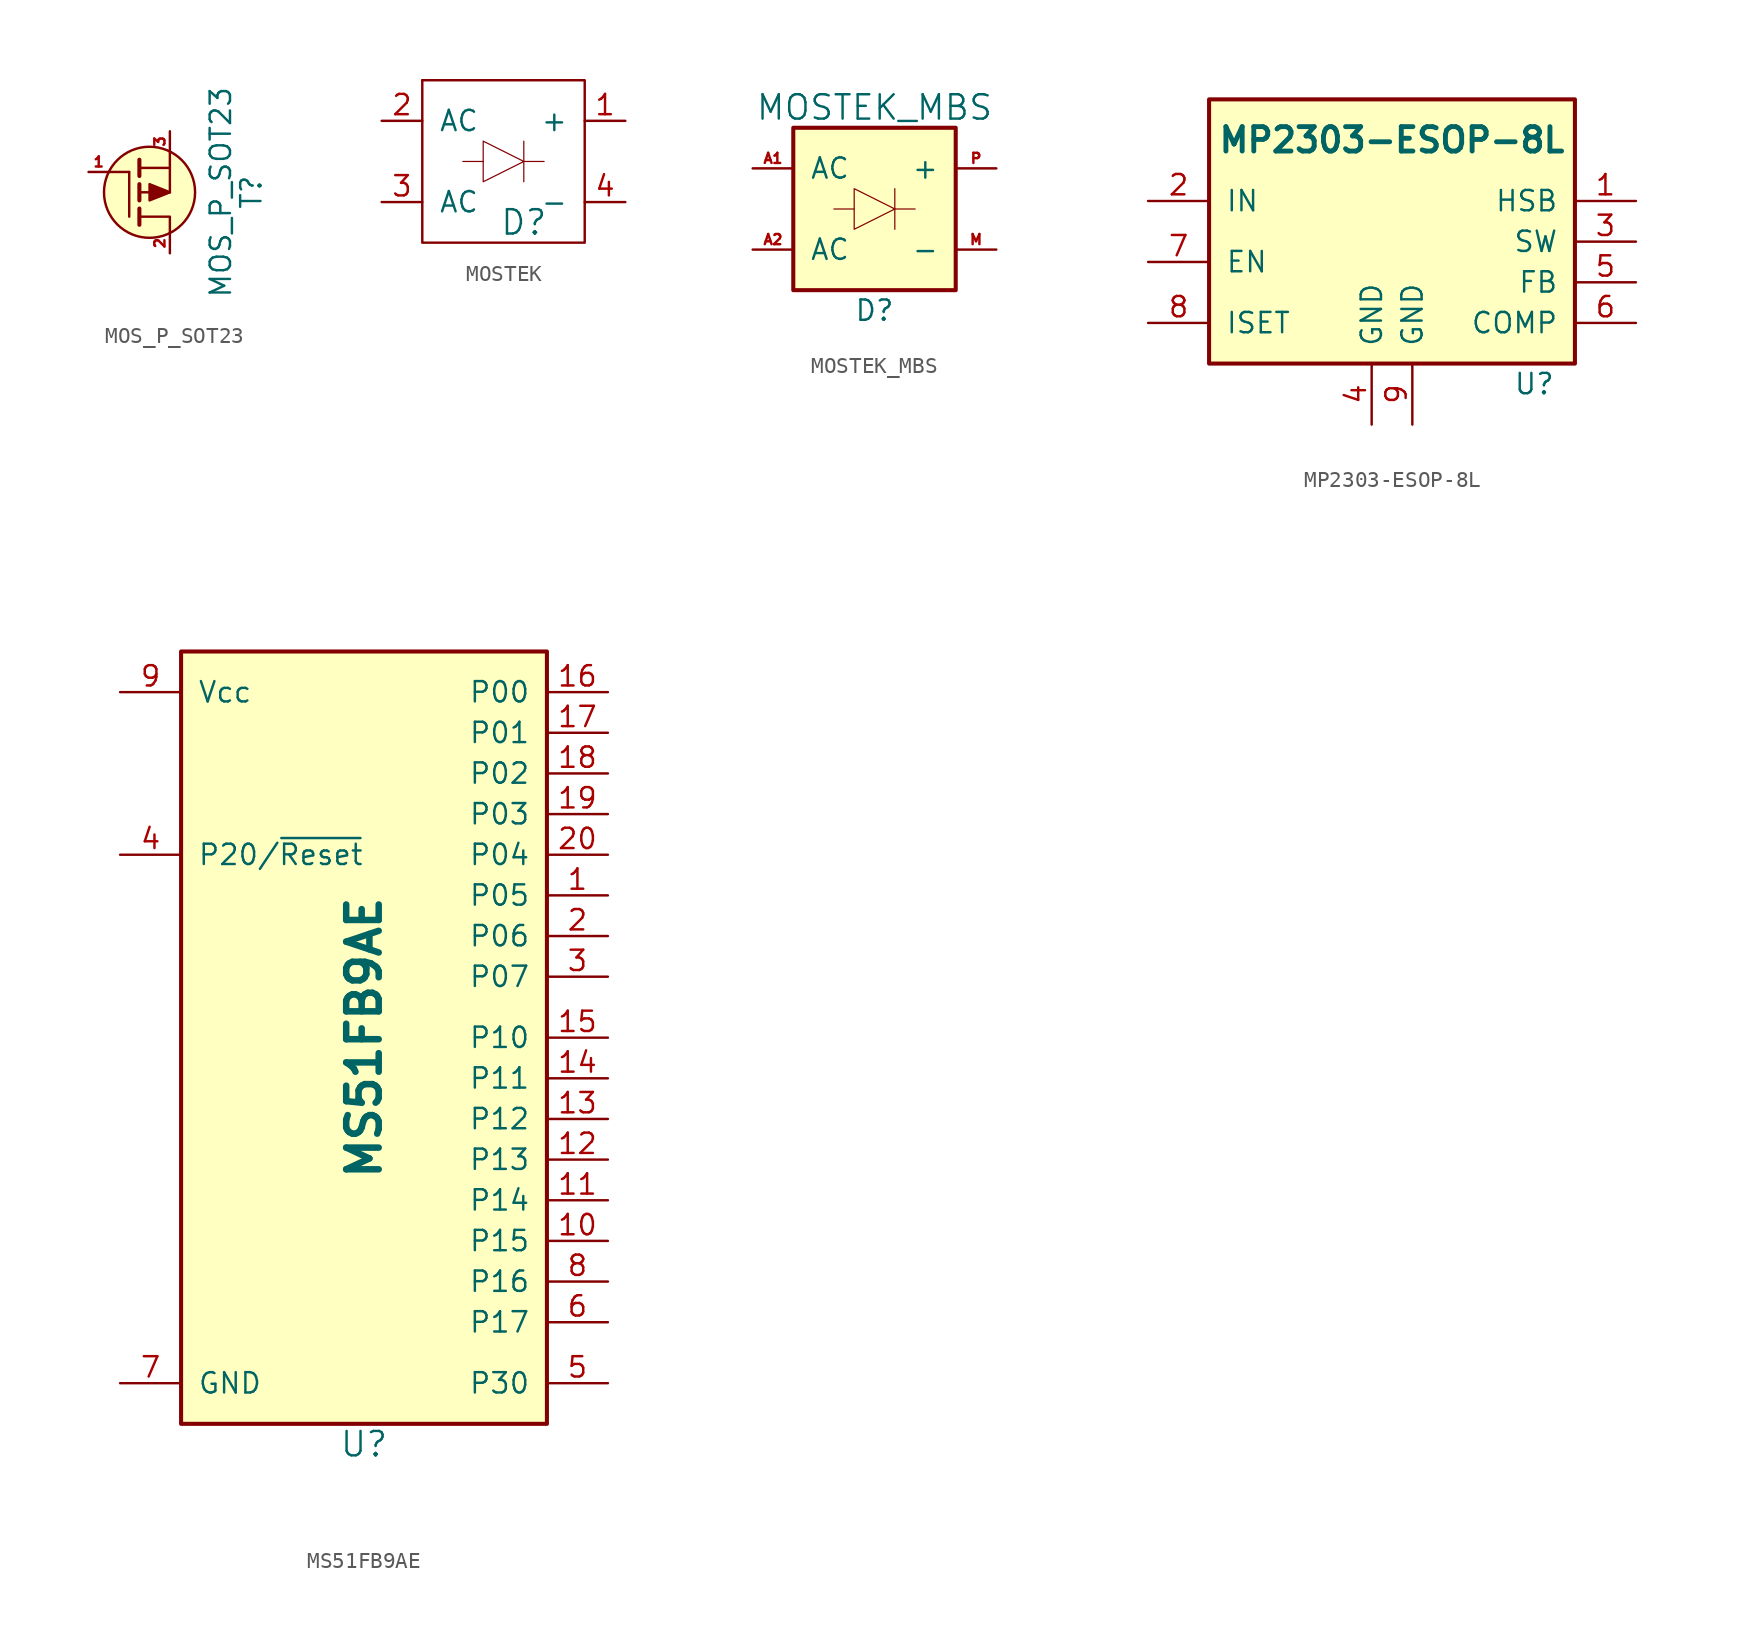
<source format=kicad_sym>
(kicad_symbol_lib
  (version 20231120)
  (generator "kicad_symbol_editor")
  (generator_version "8.0")
  (symbol "MOS_P_SOT23"
    (pin_names
      (offset 0) hide)
    (property "Reference" "T"
      (at 6.35 0 90)
      (effects (font (size 1.27 1.27))))
    (property "Value" "MOS_P_SOT23"
      (at 4.445 0 90)
      (effects (font (size 1.27 1.27))))
    (property "Datasheet" ""
      (at 0 0 0)
      (effects (font (size 1.524 1.524))))
    (symbol "MOS_P_SOT23_0_1"
      (polyline (pts (xy -1.27 -1.524) (xy -1.27 1.27)) (stroke (width 0) (type default)) (fill (type none)))
      (polyline (pts (xy -1.27 1.27) (xy -2.54 1.27)) (stroke (width 0) (type default)) (fill (type none)))
      (polyline (pts (xy -0.635 -1.016) (xy -0.635 -2.032)) (stroke (width 0.254) (type default)) (fill (type none)))
      (polyline (pts (xy -0.635 0.508) (xy -0.635 -0.508)) (stroke (width 0.254) (type default)) (fill (type none)))
      (polyline (pts (xy -0.635 1.016) (xy -0.635 2.032)) (stroke (width 0.254) (type default)) (fill (type none)))
      (polyline (pts (xy -0.508 0) (xy 0.254 0)) (stroke (width 0) (type default)) (fill (type none)))
      (polyline (pts (xy 0.635 0) (xy 1.27 0)) (stroke (width 0) (type default)) (fill (type none)))
      (polyline (pts (xy 1.27 1.524) (xy 1.27 0)) (stroke (width 0) (type default)) (fill (type none)))
      (polyline (pts (xy -0.635 -1.524) (xy 1.27 -1.524) (xy 1.27 -2.54)) (stroke (width 0) (type default)) (fill (type none)))
      (polyline (pts (xy 1.27 2.54) (xy 1.27 1.524) (xy -0.635 1.524)) (stroke (width 0) (type default)) (fill (type none)))
      (polyline (pts (xy 1.27 0) (xy 0 0.508) (xy 0 -0.508) (xy 1.27 0)) (stroke (width 0) (type default)) (fill (type outline)))
      (circle (center 0 0) (radius 2.845) (stroke (width 0) (type default)) (fill (type background))))
    (symbol "MOS_P_SOT23_1_1"
      (pin input line (at -3.81 1.27 0) (length 1.27) (name "~" (effects (font (size 0.635 0.635)))) (number "1" (effects (font (size 0.635 0.635)))))
      (pin passive line (at 1.27 -3.81 90) (length 1.27) (name "~" (effects (font (size 0.635 0.635)))) (number "2" (effects (font (size 0.635 0.635)))))
      (pin passive line (at 1.27 3.81 270) (length 1.27) (name "~" (effects (font (size 0.635 0.635)))) (number "3" (effects (font (size 0.635 0.635)))))))
  (symbol "MOSTEK"
    (pin_names
      (offset 1.016))
    (property "Reference" "D"
      (at 1.27 -3.81 0)
      (effects (font (size 1.524 1.524))))
    (property "Footprint" ""
      (at 0 0 0)
      (effects (font (size 1.524 1.524))))
    (property "Datasheet" ""
      (at 0 0 0)
      (effects (font (size 1.524 1.524))))
    (symbol "MOSTEK_0_1"
      (rectangle (start -5.08 5.08) (end -5.08 5.08) (stroke (width 0) (type default)) (fill (type none)))
      (rectangle (start -5.08 5.08) (end 5.08 -5.08) (stroke (width 0) (type default)) (fill (type none)))
      (polyline (pts (xy -1.27 0) (xy -2.54 0) (xy -2.54 0)) (stroke (width 0.076) (type default)) (fill (type none)))
      (polyline (pts (xy 1.27 0) (xy 2.54 0) (xy 2.54 0)) (stroke (width 0.076) (type default)) (fill (type none)))
      (polyline (pts (xy 1.27 1.27) (xy 1.27 -1.27) (xy 1.27 -1.27)) (stroke (width 0.076) (type default)) (fill (type none)))
      (polyline (pts (xy -1.27 1.27) (xy -1.27 -1.27) (xy 1.27 0) (xy -1.27 1.27) (xy -1.27 1.27)) (stroke (width 0.076) (type default)) (fill (type none))))
    (symbol "MOSTEK_1_1"
      (pin passive line (at 7.62 2.54 180) (length 2.54) (name "+" (effects (font (size 1.27 1.27)))) (number "1" (effects (font (size 1.27 1.27)))))
      (pin passive line (at -7.62 2.54 0) (length 2.54) (name "AC" (effects (font (size 1.27 1.27)))) (number "2" (effects (font (size 1.27 1.27)))))
      (pin passive line (at -7.62 -2.54 0) (length 2.54) (name "AC" (effects (font (size 1.27 1.27)))) (number "3" (effects (font (size 1.27 1.27)))))
      (pin passive line (at 7.62 -2.54 180) (length 2.54) (name "-" (effects (font (size 1.27 1.27)))) (number "4" (effects (font (size 1.27 1.27)))))))
  (symbol "MOSTEK_MBS"
    (pin_names
      (offset 1.016))
    (property "Reference" "D"
      (at 0 -6.35 0)
      (effects (font (size 1.27 1.27))))
    (property "Value" "MOSTEK_MBS"
      (at 0 6.35 0)
      (effects (font (size 1.524 1.524))))
    (property "Datasheet" ""
      (at 0 0 0)
      (effects (font (size 1.524 1.524))))
    (symbol "MOSTEK_MBS_0_1"
      (rectangle (start -5.08 5.08) (end -5.08 5.08) (stroke (width 0) (type default)) (fill (type none)))
      (rectangle (start -5.08 5.08) (end 5.08 -5.08) (stroke (width 0.254) (type default)) (fill (type background)))
      (polyline (pts (xy -1.27 0) (xy -2.54 0) (xy -2.54 0)) (stroke (width 0.076) (type default)) (fill (type none)))
      (polyline (pts (xy 1.27 0) (xy 2.54 0) (xy 2.54 0)) (stroke (width 0.076) (type default)) (fill (type none)))
      (polyline (pts (xy 1.27 1.27) (xy 1.27 -1.27) (xy 1.27 -1.27)) (stroke (width 0.076) (type default)) (fill (type none)))
      (polyline (pts (xy -1.27 1.27) (xy -1.27 -1.27) (xy 1.27 0) (xy -1.27 1.27) (xy -1.27 1.27)) (stroke (width 0.076) (type default)) (fill (type none))))
    (symbol "MOSTEK_MBS_1_1"
      (pin passive line (at -7.62 2.54 0) (length 2.54) (name "AC" (effects (font (size 1.27 1.27)))) (number "A1" (effects (font (size 0.635 0.635)))))
      (pin passive line (at -7.62 -2.54 0) (length 2.54) (name "AC" (effects (font (size 1.27 1.27)))) (number "A2" (effects (font (size 0.635 0.635)))))
      (pin passive line (at 7.62 -2.54 180) (length 2.54) (name "-" (effects (font (size 1.27 1.27)))) (number "M" (effects (font (size 0.635 0.635)))))
      (pin passive line (at 7.62 2.54 180) (length 2.54) (name "+" (effects (font (size 1.27 1.27)))) (number "P" (effects (font (size 0.635 0.635)))))))
  (symbol "MP2303-ESOP-8L"
    (pin_names
      (offset 1.016))
    (property "Reference" "U"
      (at 8.89 -11.43 0)
      (effects (font (size 1.27 1.27))))
    (property "Value" "MP2303-ESOP-8L"
      (at 0 3.81 0)
      (effects (font (size 1.524 1.524) (bold yes))))
    (symbol "MP2303-ESOP-8L_0_1"
      (rectangle (start -11.43 -10.16) (end 11.43 6.35) (stroke (width 0.254) (type default)) (fill (type background))))
    (symbol "MP2303-ESOP-8L_1_1"
      (pin input line (at 15.24 0 180) (length 3.81) (name "HSB" (effects (font (size 1.27 1.27)))) (number "1" (effects (font (size 1.27 1.27)))))
      (pin input line (at -15.24 0 0) (length 3.81) (name "IN" (effects (font (size 1.27 1.27)))) (number "2" (effects (font (size 1.27 1.27)))))
      (pin input line (at 15.24 -2.54 180) (length 3.81) (name "SW" (effects (font (size 1.27 1.27)))) (number "3" (effects (font (size 1.27 1.27)))))
      (pin input line (at -1.27 -13.97 90) (length 3.81) (name "GND" (effects (font (size 1.27 1.27)))) (number "4" (effects (font (size 1.27 1.27)))))
      (pin input line (at 15.24 -5.08 180) (length 3.81) (name "FB" (effects (font (size 1.27 1.27)))) (number "5" (effects (font (size 1.27 1.27)))))
      (pin input line (at 15.24 -7.62 180) (length 3.81) (name "COMP" (effects (font (size 1.27 1.27)))) (number "6" (effects (font (size 1.27 1.27)))))
      (pin input line (at -15.24 -3.81 0) (length 3.81) (name "EN" (effects (font (size 1.27 1.27)))) (number "7" (effects (font (size 1.27 1.27)))))
      (pin input line (at -15.24 -7.62 0) (length 3.81) (name "ISET" (effects (font (size 1.27 1.27)))) (number "8" (effects (font (size 1.27 1.27)))))
      (pin input line (at 1.27 -13.97 90) (length 3.81) (name "GND" (effects (font (size 1.27 1.27)))) (number "9" (effects (font (size 1.27 1.27)))))))
  (symbol "MS51FB9AE"
    (pin_names
      (offset 1.016))
    (property "Reference" "U"
      (at 0 -25.4 0)
      (effects (font (size 1.524 1.524))))
    (property "Value" "MS51FB9AE"
      (at 0 0 90)
      (effects (font (size 2.032 2.032) (bold yes))))
    (symbol "MS51FB9AE_0_1"
      (rectangle (start -11.43 24.13) (end 11.43 -24.13) (stroke (width 0.254) (type default)) (fill (type background))))
    (symbol "MS51FB9AE_1_1"
      (pin passive line (at 15.24 8.89 180) (length 3.81) (name "P05" (effects (font (size 1.27 1.27)))) (number "1" (effects (font (size 1.27 1.27)))))
      (pin passive line (at 15.24 -12.7 180) (length 3.81) (name "P15" (effects (font (size 1.27 1.27)))) (number "10" (effects (font (size 1.27 1.27)))))
      (pin passive line (at 15.24 -10.16 180) (length 3.81) (name "P14" (effects (font (size 1.27 1.27)))) (number "11" (effects (font (size 1.27 1.27)))))
      (pin passive line (at 15.24 -7.62 180) (length 3.81) (name "P13" (effects (font (size 1.27 1.27)))) (number "12" (effects (font (size 1.27 1.27)))))
      (pin passive line (at 15.24 -5.08 180) (length 3.81) (name "P12" (effects (font (size 1.27 1.27)))) (number "13" (effects (font (size 1.27 1.27)))))
      (pin passive line (at 15.24 -2.54 180) (length 3.81) (name "P11" (effects (font (size 1.27 1.27)))) (number "14" (effects (font (size 1.27 1.27)))))
      (pin passive line (at 15.24 0 180) (length 3.81) (name "P10" (effects (font (size 1.27 1.27)))) (number "15" (effects (font (size 1.27 1.27)))))
      (pin passive line (at 15.24 21.59 180) (length 3.81) (name "P00" (effects (font (size 1.27 1.27)))) (number "16" (effects (font (size 1.27 1.27)))))
      (pin passive line (at 15.24 19.05 180) (length 3.81) (name "P01" (effects (font (size 1.27 1.27)))) (number "17" (effects (font (size 1.27 1.27)))))
      (pin passive line (at 15.24 16.51 180) (length 3.81) (name "P02" (effects (font (size 1.27 1.27)))) (number "18" (effects (font (size 1.27 1.27)))))
      (pin passive line (at 15.24 13.97 180) (length 3.81) (name "P03" (effects (font (size 1.27 1.27)))) (number "19" (effects (font (size 1.27 1.27)))))
      (pin passive line (at 15.24 6.35 180) (length 3.81) (name "P06" (effects (font (size 1.27 1.27)))) (number "2" (effects (font (size 1.27 1.27)))))
      (pin passive line (at 15.24 11.43 180) (length 3.81) (name "P04" (effects (font (size 1.27 1.27)))) (number "20" (effects (font (size 1.27 1.27)))))
      (pin passive line (at 15.24 3.81 180) (length 3.81) (name "P07" (effects (font (size 1.27 1.27)))) (number "3" (effects (font (size 1.27 1.27)))))
      (pin passive line (at -15.24 11.43 0) (length 3.81) (name "P20/~{Reset}" (effects (font (size 1.27 1.27)))) (number "4" (effects (font (size 1.27 1.27)))))
      (pin passive line (at 15.24 -21.59 180) (length 3.81) (name "P30" (effects (font (size 1.27 1.27)))) (number "5" (effects (font (size 1.27 1.27)))))
      (pin passive line (at 15.24 -17.78 180) (length 3.81) (name "P17" (effects (font (size 1.27 1.27)))) (number "6" (effects (font (size 1.27 1.27)))))
      (pin power_in line (at -15.24 -21.59 0) (length 3.81) (name "GND" (effects (font (size 1.27 1.27)))) (number "7" (effects (font (size 1.27 1.27)))))
      (pin passive line (at 15.24 -15.24 180) (length 3.81) (name "P16" (effects (font (size 1.27 1.27)))) (number "8" (effects (font (size 1.27 1.27)))))
      (pin power_in line (at -15.24 21.59 0) (length 3.81) (name "Vcc" (effects (font (size 1.27 1.27)))) (number "9" (effects (font (size 1.27 1.27))))))))
</source>
